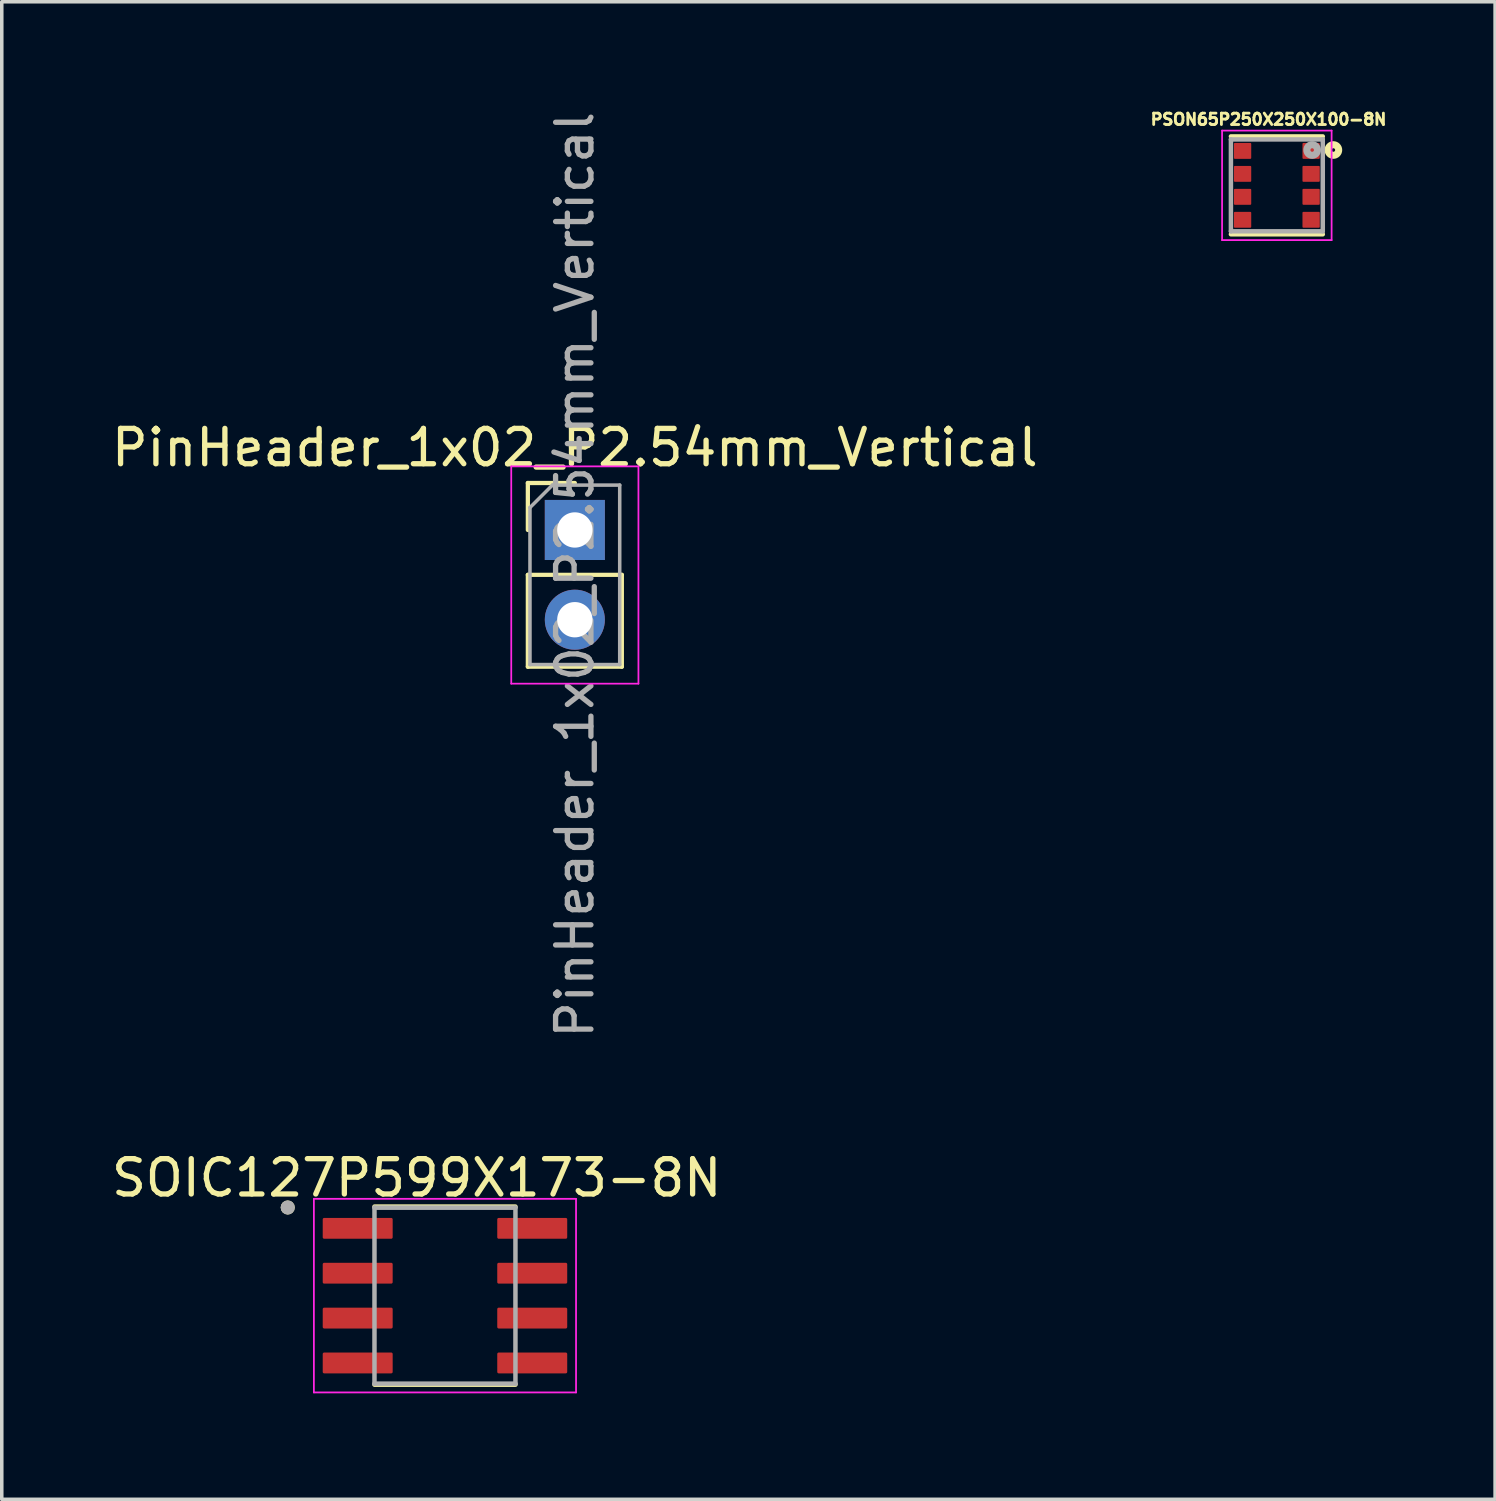
<source format=kicad_pcb>
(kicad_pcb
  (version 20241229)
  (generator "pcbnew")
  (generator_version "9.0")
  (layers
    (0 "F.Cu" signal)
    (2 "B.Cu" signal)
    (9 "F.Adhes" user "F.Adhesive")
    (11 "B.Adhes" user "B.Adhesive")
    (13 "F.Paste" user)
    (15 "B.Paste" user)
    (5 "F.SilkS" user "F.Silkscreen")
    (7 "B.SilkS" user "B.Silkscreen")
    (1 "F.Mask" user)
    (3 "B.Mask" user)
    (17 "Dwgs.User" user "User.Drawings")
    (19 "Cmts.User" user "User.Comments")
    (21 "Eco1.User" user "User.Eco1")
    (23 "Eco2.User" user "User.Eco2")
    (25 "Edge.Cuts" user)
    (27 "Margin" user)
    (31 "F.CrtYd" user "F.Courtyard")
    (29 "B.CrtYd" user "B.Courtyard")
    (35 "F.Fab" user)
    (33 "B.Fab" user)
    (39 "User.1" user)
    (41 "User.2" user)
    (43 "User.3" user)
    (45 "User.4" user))
  (footprint "PSON65P250X250X100-8N"
    (layer "F.Cu")
    (at 33.089 2.196)
    (property "Reference" "PSON65P250X250X100-8N" (at -0.235 -1.867 0) (layer "F.SilkS") (effects (font (size 0.322 0.322) (thickness 0.15))))
    (attr smd)
    (fp_line (start -1.3 -1.385) (end 1.3 -1.385) (stroke (width 0.127) (type solid)) (layer "F.SilkS"))
    (fp_line (start -1.3 1.385) (end 1.3 1.385) (stroke (width 0.127) (type solid)) (layer "F.SilkS"))
    (fp_circle (center 1.6 -1) (end 1.65 -1) (stroke (width 0.2) (type solid)) (fill no) (layer "F.SilkS"))
    (fp_line (start -1.55 -1.55) (end 1.55 -1.55) (stroke (width 0.05) (type solid)) (layer "F.CrtYd"))
    (fp_line (start -1.55 1.55) (end -1.55 -1.55) (stroke (width 0.05) (type solid)) (layer "F.CrtYd"))
    (fp_line (start 1.55 -1.55) (end 1.55 1.55) (stroke (width 0.05) (type solid)) (layer "F.CrtYd"))
    (fp_line (start 1.55 1.55) (end -1.55 1.55) (stroke (width 0.05) (type solid)) (layer "F.CrtYd"))
    (fp_line (start -1.3 -1.3) (end -1.3 1.3) (stroke (width 0.127) (type solid)) (layer "F.Fab"))
    (fp_line (start -1.3 1.3) (end 1.3 1.3) (stroke (width 0.127) (type solid)) (layer "F.Fab"))
    (fp_line (start 1.3 -1.3) (end -1.3 -1.3) (stroke (width 0.127) (type solid)) (layer "F.Fab"))
    (fp_line (start 1.3 1.3) (end 1.3 -1.3) (stroke (width 0.127) (type solid)) (layer "F.Fab"))
    (fp_circle (center 1 -1) (end 1.05 -1) (stroke (width 0.2) (type solid)) (fill no) (layer "F.Fab"))
    (pad "1" smd roundrect (at 0.97 -0.975) (size 0.49 0.45) (layers "F.Cu" "F.Mask" "F.Paste") (roundrect_rratio 0.06))
    (pad "2" smd roundrect (at 0.97 -0.325) (size 0.49 0.45) (layers "F.Cu" "F.Mask" "F.Paste") (roundrect_rratio 0.06))
    (pad "3" smd roundrect (at 0.97 0.325) (size 0.49 0.45) (layers "F.Cu" "F.Mask" "F.Paste") (roundrect_rratio 0.06))
    (pad "4" smd roundrect (at 0.97 0.975) (size 0.49 0.45) (layers "F.Cu" "F.Mask" "F.Paste") (roundrect_rratio 0.06))
    (pad "5" smd roundrect (at -0.97 0.975) (size 0.49 0.45) (layers "F.Cu" "F.Mask" "F.Paste") (roundrect_rratio 0.06))
    (pad "6" smd roundrect (at -0.97 0.325) (size 0.49 0.45) (layers "F.Cu" "F.Mask" "F.Paste") (roundrect_rratio 0.06))
    (pad "7" smd roundrect (at -0.97 -0.325) (size 0.49 0.45) (layers "F.Cu" "F.Mask" "F.Paste") (roundrect_rratio 0.06))
    (pad "8" smd roundrect (at -0.97 -0.975) (size 0.49 0.45) (layers "F.Cu" "F.Mask" "F.Paste") (roundrect_rratio 0.06)))
  (footprint "PinHeader_1x02_P2.54mm_Vertical"
    (layer "F.Cu")
    (at 13.22 11.95)
    (property "Reference" "PinHeader_1x02_P2.54mm_Vertical" (at 0 -2.33 0) (layer "F.SilkS") (effects (font (size 1 1) (thickness 0.15))))
    (attr through_hole)
    (fp_line (start -1.33 -1.33) (end 0 -1.33) (stroke (width 0.12) (type solid)) (layer "F.SilkS"))
    (fp_line (start -1.33 0) (end -1.33 -1.33) (stroke (width 0.12) (type solid)) (layer "F.SilkS"))
    (fp_line (start -1.33 1.27) (end -1.33 3.87) (stroke (width 0.12) (type solid)) (layer "F.SilkS"))
    (fp_line (start -1.33 1.27) (end 1.33 1.27) (stroke (width 0.12) (type solid)) (layer "F.SilkS"))
    (fp_line (start -1.33 3.87) (end 1.33 3.87) (stroke (width 0.12) (type solid)) (layer "F.SilkS"))
    (fp_line (start 1.33 1.27) (end 1.33 3.87) (stroke (width 0.12) (type solid)) (layer "F.SilkS"))
    (fp_line (start -1.8 -1.8) (end -1.8 4.35) (stroke (width 0.05) (type solid)) (layer "F.CrtYd"))
    (fp_line (start -1.8 4.35) (end 1.8 4.35) (stroke (width 0.05) (type solid)) (layer "F.CrtYd"))
    (fp_line (start 1.8 -1.8) (end -1.8 -1.8) (stroke (width 0.05) (type solid)) (layer "F.CrtYd"))
    (fp_line (start 1.8 4.35) (end 1.8 -1.8) (stroke (width 0.05) (type solid)) (layer "F.CrtYd"))
    (fp_line (start -1.27 -0.635) (end -0.635 -1.27) (stroke (width 0.1) (type solid)) (layer "F.Fab"))
    (fp_line (start -1.27 3.81) (end -1.27 -0.635) (stroke (width 0.1) (type solid)) (layer "F.Fab"))
    (fp_line (start -0.635 -1.27) (end 1.27 -1.27) (stroke (width 0.1) (type solid)) (layer "F.Fab"))
    (fp_line (start 1.27 -1.27) (end 1.27 3.81) (stroke (width 0.1) (type solid)) (layer "F.Fab"))
    (fp_line (start 1.27 3.81) (end -1.27 3.81) (stroke (width 0.1) (type solid)) (layer "F.Fab"))
    (fp_text user "${REFERENCE}" (at 0 1.27 90) (layer "F.Fab") (effects (font (size 1 1) (thickness 0.15))))
    (pad "1" thru_hole rect (at 0 0) (size 1.7 1.7) (drill 1) (layers "*.Cu" "*.Mask"))
    (pad "2" thru_hole oval (at 0 2.54) (size 1.7 1.7) (drill 1) (layers "*.Cu" "*.Mask")))
  (footprint "SOIC127P599X173-8N"
    (layer "F.Cu")
    (at 9.544 33.621)
    (property "Reference" "SOIC127P599X173-8N" (at -0.8 -3.332 0) (layer "F.SilkS") (effects (font (size 1 1) (thickness 0.15))))
    (attr smd)
    (fp_line (start -1.995 -2.52) (end 1.995 -2.52) (stroke (width 0.127) (type solid)) (layer "F.SilkS"))
    (fp_line (start -1.995 2.52) (end 1.995 2.52) (stroke (width 0.127) (type solid)) (layer "F.SilkS"))
    (fp_circle (center -4.45 -2.495) (end -4.35 -2.495) (stroke (width 0.2) (type solid)) (fill no) (layer "F.SilkS"))
    (fp_line (start -3.71 -2.74) (end -3.71 2.74) (stroke (width 0.05) (type solid)) (layer "F.CrtYd"))
    (fp_line (start -3.71 -2.74) (end 3.71 -2.74) (stroke (width 0.05) (type solid)) (layer "F.CrtYd"))
    (fp_line (start -3.71 2.74) (end 3.71 2.74) (stroke (width 0.05) (type solid)) (layer "F.CrtYd"))
    (fp_line (start 3.71 -2.74) (end 3.71 2.74) (stroke (width 0.05) (type solid)) (layer "F.CrtYd"))
    (fp_line (start -1.995 -2.49) (end -1.995 2.49) (stroke (width 0.127) (type solid)) (layer "F.Fab"))
    (fp_line (start -1.995 -2.49) (end 1.995 -2.49) (stroke (width 0.127) (type solid)) (layer "F.Fab"))
    (fp_line (start -1.995 2.49) (end 1.995 2.49) (stroke (width 0.127) (type solid)) (layer "F.Fab"))
    (fp_line (start 1.995 -2.49) (end 1.995 2.49) (stroke (width 0.127) (type solid)) (layer "F.Fab"))
    (fp_circle (center -4.45 -2.495) (end -4.35 -2.495) (stroke (width 0.2) (type solid)) (fill no) (layer "F.Fab"))
    (pad "1" smd roundrect (at -2.47 -1.905) (size 1.98 0.59) (layers "F.Cu" "F.Mask" "F.Paste") (roundrect_rratio 0.07))
    (pad "2" smd roundrect (at -2.47 -0.635) (size 1.98 0.59) (layers "F.Cu" "F.Mask" "F.Paste") (roundrect_rratio 0.07))
    (pad "3" smd roundrect (at -2.47 0.635) (size 1.98 0.59) (layers "F.Cu" "F.Mask" "F.Paste") (roundrect_rratio 0.07))
    (pad "4" smd roundrect (at -2.47 1.905) (size 1.98 0.59) (layers "F.Cu" "F.Mask" "F.Paste") (roundrect_rratio 0.07))
    (pad "5" smd roundrect (at 2.47 1.905) (size 1.98 0.59) (layers "F.Cu" "F.Mask" "F.Paste") (roundrect_rratio 0.07))
    (pad "6" smd roundrect (at 2.47 0.635) (size 1.98 0.59) (layers "F.Cu" "F.Mask" "F.Paste") (roundrect_rratio 0.07))
    (pad "7" smd roundrect (at 2.47 -0.635) (size 1.98 0.59) (layers "F.Cu" "F.Mask" "F.Paste") (roundrect_rratio 0.07))
    (pad "8" smd roundrect (at 2.47 -1.905) (size 1.98 0.59) (layers "F.Cu" "F.Mask" "F.Paste") (roundrect_rratio 0.07)))
  (gr_rect
    (start -3 -3)
    (end 39.266 39.386)
    (stroke (width 0.1) (type default))
    (fill no)
    (layer "Edge.Cuts")))
</source>
